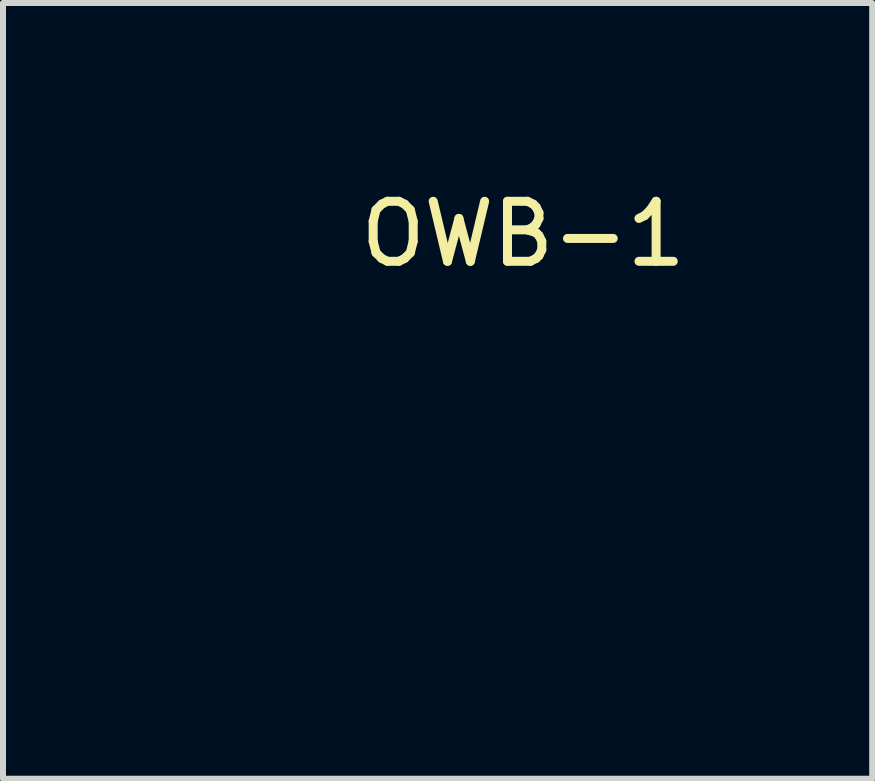
<source format=kicad_pcb>
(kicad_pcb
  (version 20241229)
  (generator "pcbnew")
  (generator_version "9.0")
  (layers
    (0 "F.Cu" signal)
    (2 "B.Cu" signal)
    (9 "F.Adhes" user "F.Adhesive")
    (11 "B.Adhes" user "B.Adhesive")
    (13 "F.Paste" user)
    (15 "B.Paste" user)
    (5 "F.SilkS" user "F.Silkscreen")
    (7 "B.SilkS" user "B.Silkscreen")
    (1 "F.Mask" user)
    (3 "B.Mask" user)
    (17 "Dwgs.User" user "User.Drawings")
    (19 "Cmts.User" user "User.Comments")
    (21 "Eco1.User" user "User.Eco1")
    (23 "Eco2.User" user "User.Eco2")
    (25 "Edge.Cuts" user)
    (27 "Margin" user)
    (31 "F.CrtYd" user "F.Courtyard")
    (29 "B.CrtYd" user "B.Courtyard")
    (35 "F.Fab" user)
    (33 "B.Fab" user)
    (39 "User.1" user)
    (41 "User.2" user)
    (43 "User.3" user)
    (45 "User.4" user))
  (footprint "OWB-1"
    (layer "F.Cu")
    (at 1.559 3.621)
    (property "Reference" "OWB-1" (at 4.109 -2.772 0) (unlocked yes) (layer "F.SilkS") (effects (font (size 1 1) (thickness 0.15))))
    (attr smd)
    (fp_line (start -1.558 -3.106) (end 1.502 -3.106) (stroke (width 0.00001) (type solid)) (layer "F.Fab"))
    (fp_line (start -1.558 -2.352) (end -1.558 -3.106) (stroke (width 0.00001) (type solid)) (layer "F.Fab"))
    (fp_line (start -1.558 3.305) (end -1.558 -2.352) (stroke (width 0.00001) (type solid)) (layer "F.Fab"))
    (fp_line (start -1.458 -2.668) (end -1.373 -2.668) (stroke (width 0.00001) (type solid)) (layer "F.Fab"))
    (fp_line (start -1.458 -2.583) (end -1.458 -2.668) (stroke (width 0.00001) (type solid)) (layer "F.Fab"))
    (fp_line (start -1.458 -2.518) (end -1.373 -2.518) (stroke (width 0.00001) (type solid)) (layer "F.Fab"))
    (fp_line (start -1.458 -2.433) (end -1.458 -2.518) (stroke (width 0.00001) (type solid)) (layer "F.Fab"))
    (fp_line (start -1.458 -2.368) (end -1.373 -2.368) (stroke (width 0.00001) (type solid)) (layer "F.Fab"))
    (fp_line (start -1.458 -2.283) (end -1.458 -2.368) (stroke (width 0.00001) (type solid)) (layer "F.Fab"))
    (fp_line (start -1.458 -2.218) (end -1.373 -2.218) (stroke (width 0.00001) (type solid)) (layer "F.Fab"))
    (fp_line (start -1.458 -2.133) (end -1.458 -2.218) (stroke (width 0.00001) (type solid)) (layer "F.Fab"))
    (fp_line (start -1.458 -2.068) (end -1.373 -2.068) (stroke (width 0.00001) (type solid)) (layer "F.Fab"))
    (fp_line (start -1.458 -1.983) (end -1.458 -2.068) (stroke (width 0.00001) (type solid)) (layer "F.Fab"))
    (fp_line (start -1.458 -1.918) (end -1.373 -1.918) (stroke (width 0.00001) (type solid)) (layer "F.Fab"))
    (fp_line (start -1.458 -1.833) (end -1.458 -1.918) (stroke (width 0.00001) (type solid)) (layer "F.Fab"))
    (fp_line (start -1.458 -1.768) (end -1.373 -1.768) (stroke (width 0.00001) (type solid)) (layer "F.Fab"))
    (fp_line (start -1.458 -1.683) (end -1.458 -1.768) (stroke (width 0.00001) (type solid)) (layer "F.Fab"))
    (fp_line (start -1.458 -1.618) (end -1.373 -1.618) (stroke (width 0.00001) (type solid)) (layer "F.Fab"))
    (fp_line (start -1.458 -1.533) (end -1.458 -1.618) (stroke (width 0.00001) (type solid)) (layer "F.Fab"))
    (fp_line (start -1.458 -1.468) (end -1.373 -1.468) (stroke (width 0.00001) (type solid)) (layer "F.Fab"))
    (fp_line (start -1.458 -1.383) (end -1.458 -1.468) (stroke (width 0.00001) (type solid)) (layer "F.Fab"))
    (fp_line (start -1.458 -1.318) (end -1.373 -1.318) (stroke (width 0.00001) (type solid)) (layer "F.Fab"))
    (fp_line (start -1.458 -1.233) (end -1.458 -1.318) (stroke (width 0.00001) (type solid)) (layer "F.Fab"))
    (fp_line (start -1.458 -1.168) (end -1.373 -1.168) (stroke (width 0.00001) (type solid)) (layer "F.Fab"))
    (fp_line (start -1.458 -1.083) (end -1.458 -1.168) (stroke (width 0.00001) (type solid)) (layer "F.Fab"))
    (fp_line (start -1.458 -1.018) (end -1.373 -1.018) (stroke (width 0.00001) (type solid)) (layer "F.Fab"))
    (fp_line (start -1.458 -0.933) (end -1.458 -1.018) (stroke (width 0.00001) (type solid)) (layer "F.Fab"))
    (fp_line (start -1.458 -0.868) (end -1.373 -0.868) (stroke (width 0.00001) (type solid)) (layer "F.Fab"))
    (fp_line (start -1.458 -0.783) (end -1.458 -0.868) (stroke (width 0.00001) (type solid)) (layer "F.Fab"))
    (fp_line (start -1.458 -0.718) (end -1.373 -0.718) (stroke (width 0.00001) (type solid)) (layer "F.Fab"))
    (fp_line (start -1.458 -0.633) (end -1.458 -0.718) (stroke (width 0.00001) (type solid)) (layer "F.Fab"))
    (fp_line (start -1.458 -0.568) (end -1.373 -0.568) (stroke (width 0.00001) (type solid)) (layer "F.Fab"))
    (fp_line (start -1.458 -0.483) (end -1.458 -0.568) (stroke (width 0.00001) (type solid)) (layer "F.Fab"))
    (fp_line (start -1.458 -0.418) (end -1.373 -0.418) (stroke (width 0.00001) (type solid)) (layer "F.Fab"))
    (fp_line (start -1.458 -0.333) (end -1.458 -0.418) (stroke (width 0.00001) (type solid)) (layer "F.Fab"))
    (fp_line (start -1.458 -0.268) (end -1.373 -0.268) (stroke (width 0.00001) (type solid)) (layer "F.Fab"))
    (fp_line (start -1.458 -0.183) (end -1.458 -0.268) (stroke (width 0.00001) (type solid)) (layer "F.Fab"))
    (fp_line (start -1.458 -0.118) (end -1.373 -0.118) (stroke (width 0.00001) (type solid)) (layer "F.Fab"))
    (fp_line (start -1.458 -0.033) (end -1.458 -0.118) (stroke (width 0.00001) (type solid)) (layer "F.Fab"))
    (fp_line (start -1.458 0.032) (end -1.373 0.032) (stroke (width 0.00001) (type solid)) (layer "F.Fab"))
    (fp_line (start -1.458 0.117) (end -1.458 0.032) (stroke (width 0.00001) (type solid)) (layer "F.Fab"))
    (fp_line (start -1.458 0.182) (end -1.373 0.182) (stroke (width 0.00001) (type solid)) (layer "F.Fab"))
    (fp_line (start -1.458 0.267) (end -1.458 0.182) (stroke (width 0.00001) (type solid)) (layer "F.Fab"))
    (fp_line (start -1.458 0.332) (end -1.373 0.332) (stroke (width 0.00001) (type solid)) (layer "F.Fab"))
    (fp_line (start -1.458 0.417) (end -1.458 0.332) (stroke (width 0.00001) (type solid)) (layer "F.Fab"))
    (fp_line (start -1.458 0.482) (end -1.373 0.482) (stroke (width 0.00001) (type solid)) (layer "F.Fab"))
    (fp_line (start -1.458 0.567) (end -1.458 0.482) (stroke (width 0.00001) (type solid)) (layer "F.Fab"))
    (fp_line (start -1.458 0.632) (end -1.373 0.632) (stroke (width 0.00001) (type solid)) (layer "F.Fab"))
    (fp_line (start -1.458 0.717) (end -1.458 0.632) (stroke (width 0.00001) (type solid)) (layer "F.Fab"))
    (fp_line (start -1.458 0.782) (end -1.373 0.782) (stroke (width 0.00001) (type solid)) (layer "F.Fab"))
    (fp_line (start -1.458 0.867) (end -1.458 0.782) (stroke (width 0.00001) (type solid)) (layer "F.Fab"))
    (fp_line (start -1.458 0.932) (end -1.373 0.932) (stroke (width 0.00001) (type solid)) (layer "F.Fab"))
    (fp_line (start -1.458 1.017) (end -1.458 0.932) (stroke (width 0.00001) (type solid)) (layer "F.Fab"))
    (fp_line (start -1.458 1.082) (end -1.373 1.082) (stroke (width 0.00001) (type solid)) (layer "F.Fab"))
    (fp_line (start -1.458 1.167) (end -1.458 1.082) (stroke (width 0.00001) (type solid)) (layer "F.Fab"))
    (fp_line (start -1.458 1.232) (end -1.373 1.232) (stroke (width 0.00001) (type solid)) (layer "F.Fab"))
    (fp_line (start -1.458 1.317) (end -1.458 1.232) (stroke (width 0.00001) (type solid)) (layer "F.Fab"))
    (fp_line (start -1.458 1.382) (end -1.373 1.382) (stroke (width 0.00001) (type solid)) (layer "F.Fab"))
    (fp_line (start -1.458 1.467) (end -1.458 1.382) (stroke (width 0.00001) (type solid)) (layer "F.Fab"))
    (fp_line (start -1.458 1.532) (end -1.373 1.532) (stroke (width 0.00001) (type solid)) (layer "F.Fab"))
    (fp_line (start -1.458 1.617) (end -1.458 1.532) (stroke (width 0.00001) (type solid)) (layer "F.Fab"))
    (fp_line (start -1.458 1.682) (end -1.373 1.682) (stroke (width 0.00001) (type solid)) (layer "F.Fab"))
    (fp_line (start -1.458 1.767) (end -1.458 1.682) (stroke (width 0.00001) (type solid)) (layer "F.Fab"))
    (fp_line (start -1.458 1.832) (end -1.373 1.832) (stroke (width 0.00001) (type solid)) (layer "F.Fab"))
    (fp_line (start -1.458 1.917) (end -1.458 1.832) (stroke (width 0.00001) (type solid)) (layer "F.Fab"))
    (fp_line (start -1.458 1.982) (end -1.373 1.982) (stroke (width 0.00001) (type solid)) (layer "F.Fab"))
    (fp_line (start -1.458 2.067) (end -1.458 1.982) (stroke (width 0.00001) (type solid)) (layer "F.Fab"))
    (fp_line (start -1.458 2.132) (end -1.373 2.132) (stroke (width 0.00001) (type solid)) (layer "F.Fab"))
    (fp_line (start -1.458 2.217) (end -1.458 2.132) (stroke (width 0.00001) (type solid)) (layer "F.Fab"))
    (fp_line (start -1.458 2.282) (end -1.373 2.282) (stroke (width 0.00001) (type solid)) (layer "F.Fab"))
    (fp_line (start -1.458 2.367) (end -1.458 2.282) (stroke (width 0.00001) (type solid)) (layer "F.Fab"))
    (fp_line (start -1.458 2.432) (end -1.373 2.432) (stroke (width 0.00001) (type solid)) (layer "F.Fab"))
    (fp_line (start -1.458 2.517) (end -1.458 2.432) (stroke (width 0.00001) (type solid)) (layer "F.Fab"))
    (fp_line (start -1.458 2.582) (end -1.373 2.582) (stroke (width 0.00001) (type solid)) (layer "F.Fab"))
    (fp_line (start -1.458 2.667) (end -1.458 2.582) (stroke (width 0.00001) (type solid)) (layer "F.Fab"))
    (fp_line (start -1.458 2.732) (end -1.373 2.732) (stroke (width 0.00001) (type solid)) (layer "F.Fab"))
    (fp_line (start -1.458 2.817) (end -1.458 2.732) (stroke (width 0.00001) (type solid)) (layer "F.Fab"))
    (fp_line (start -1.373 -2.668) (end -1.373 -2.583) (stroke (width 0.00001) (type solid)) (layer "F.Fab"))
    (fp_line (start -1.373 -2.583) (end -1.458 -2.583) (stroke (width 0.00001) (type solid)) (layer "F.Fab"))
    (fp_line (start -1.373 -2.518) (end -1.373 -2.433) (stroke (width 0.00001) (type solid)) (layer "F.Fab"))
    (fp_line (start -1.373 -2.433) (end -1.458 -2.433) (stroke (width 0.00001) (type solid)) (layer "F.Fab"))
    (fp_line (start -1.373 -2.368) (end -1.373 -2.283) (stroke (width 0.00001) (type solid)) (layer "F.Fab"))
    (fp_line (start -1.373 -2.283) (end -1.458 -2.283) (stroke (width 0.00001) (type solid)) (layer "F.Fab"))
    (fp_line (start -1.373 -2.218) (end -1.373 -2.133) (stroke (width 0.00001) (type solid)) (layer "F.Fab"))
    (fp_line (start -1.373 -2.133) (end -1.458 -2.133) (stroke (width 0.00001) (type solid)) (layer "F.Fab"))
    (fp_line (start -1.373 -2.068) (end -1.373 -1.983) (stroke (width 0.00001) (type solid)) (layer "F.Fab"))
    (fp_line (start -1.373 -1.983) (end -1.458 -1.983) (stroke (width 0.00001) (type solid)) (layer "F.Fab"))
    (fp_line (start -1.373 -1.918) (end -1.373 -1.833) (stroke (width 0.00001) (type solid)) (layer "F.Fab"))
    (fp_line (start -1.373 -1.833) (end -1.458 -1.833) (stroke (width 0.00001) (type solid)) (layer "F.Fab"))
    (fp_line (start -1.373 -1.768) (end -1.373 -1.683) (stroke (width 0.00001) (type solid)) (layer "F.Fab"))
    (fp_line (start -1.373 -1.683) (end -1.458 -1.683) (stroke (width 0.00001) (type solid)) (layer "F.Fab"))
    (fp_line (start -1.373 -1.618) (end -1.373 -1.533) (stroke (width 0.00001) (type solid)) (layer "F.Fab"))
    (fp_line (start -1.373 -1.533) (end -1.458 -1.533) (stroke (width 0.00001) (type solid)) (layer "F.Fab"))
    (fp_line (start -1.373 -1.468) (end -1.373 -1.383) (stroke (width 0.00001) (type solid)) (layer "F.Fab"))
    (fp_line (start -1.373 -1.383) (end -1.458 -1.383) (stroke (width 0.00001) (type solid)) (layer "F.Fab"))
    (fp_line (start -1.373 -1.318) (end -1.373 -1.233) (stroke (width 0.00001) (type solid)) (layer "F.Fab"))
    (fp_line (start -1.373 -1.233) (end -1.458 -1.233) (stroke (width 0.00001) (type solid)) (layer "F.Fab"))
    (fp_line (start -1.373 -1.168) (end -1.373 -1.083) (stroke (width 0.00001) (type solid)) (layer "F.Fab"))
    (fp_line (start -1.373 -1.083) (end -1.458 -1.083) (stroke (width 0.00001) (type solid)) (layer "F.Fab"))
    (fp_line (start -1.373 -1.018) (end -1.373 -0.933) (stroke (width 0.00001) (type solid)) (layer "F.Fab"))
    (fp_line (start -1.373 -0.933) (end -1.458 -0.933) (stroke (width 0.00001) (type solid)) (layer "F.Fab"))
    (fp_line (start -1.373 -0.868) (end -1.373 -0.783) (stroke (width 0.00001) (type solid)) (layer "F.Fab"))
    (fp_line (start -1.373 -0.783) (end -1.458 -0.783) (stroke (width 0.00001) (type solid)) (layer "F.Fab"))
    (fp_line (start -1.373 -0.718) (end -1.373 -0.633) (stroke (width 0.00001) (type solid)) (layer "F.Fab"))
    (fp_line (start -1.373 -0.633) (end -1.458 -0.633) (stroke (width 0.00001) (type solid)) (layer "F.Fab"))
    (fp_line (start -1.373 -0.568) (end -1.373 -0.483) (stroke (width 0.00001) (type solid)) (layer "F.Fab"))
    (fp_line (start -1.373 -0.483) (end -1.458 -0.483) (stroke (width 0.00001) (type solid)) (layer "F.Fab"))
    (fp_line (start -1.373 -0.418) (end -1.373 -0.333) (stroke (width 0.00001) (type solid)) (layer "F.Fab"))
    (fp_line (start -1.373 -0.333) (end -1.458 -0.333) (stroke (width 0.00001) (type solid)) (layer "F.Fab"))
    (fp_line (start -1.373 -0.268) (end -1.373 -0.183) (stroke (width 0.00001) (type solid)) (layer "F.Fab"))
    (fp_line (start -1.373 -0.183) (end -1.458 -0.183) (stroke (width 0.00001) (type solid)) (layer "F.Fab"))
    (fp_line (start -1.373 -0.118) (end -1.373 -0.033) (stroke (width 0.00001) (type solid)) (layer "F.Fab"))
    (fp_line (start -1.373 -0.033) (end -1.458 -0.033) (stroke (width 0.00001) (type solid)) (layer "F.Fab"))
    (fp_line (start -1.373 0.032) (end -1.373 0.117) (stroke (width 0.00001) (type solid)) (layer "F.Fab"))
    (fp_line (start -1.373 0.117) (end -1.458 0.117) (stroke (width 0.00001) (type solid)) (layer "F.Fab"))
    (fp_line (start -1.373 0.182) (end -1.373 0.267) (stroke (width 0.00001) (type solid)) (layer "F.Fab"))
    (fp_line (start -1.373 0.267) (end -1.458 0.267) (stroke (width 0.00001) (type solid)) (layer "F.Fab"))
    (fp_line (start -1.373 0.332) (end -1.373 0.417) (stroke (width 0.00001) (type solid)) (layer "F.Fab"))
    (fp_line (start -1.373 0.417) (end -1.458 0.417) (stroke (width 0.00001) (type solid)) (layer "F.Fab"))
    (fp_line (start -1.373 0.482) (end -1.373 0.567) (stroke (width 0.00001) (type solid)) (layer "F.Fab"))
    (fp_line (start -1.373 0.567) (end -1.458 0.567) (stroke (width 0.00001) (type solid)) (layer "F.Fab"))
    (fp_line (start -1.373 0.632) (end -1.373 0.717) (stroke (width 0.00001) (type solid)) (layer "F.Fab"))
    (fp_line (start -1.373 0.717) (end -1.458 0.717) (stroke (width 0.00001) (type solid)) (layer "F.Fab"))
    (fp_line (start -1.373 0.782) (end -1.373 0.867) (stroke (width 0.00001) (type solid)) (layer "F.Fab"))
    (fp_line (start -1.373 0.867) (end -1.458 0.867) (stroke (width 0.00001) (type solid)) (layer "F.Fab"))
    (fp_line (start -1.373 0.932) (end -1.373 1.017) (stroke (width 0.00001) (type solid)) (layer "F.Fab"))
    (fp_line (start -1.373 1.017) (end -1.458 1.017) (stroke (width 0.00001) (type solid)) (layer "F.Fab"))
    (fp_line (start -1.373 1.082) (end -1.373 1.167) (stroke (width 0.00001) (type solid)) (layer "F.Fab"))
    (fp_line (start -1.373 1.167) (end -1.458 1.167) (stroke (width 0.00001) (type solid)) (layer "F.Fab"))
    (fp_line (start -1.373 1.232) (end -1.373 1.317) (stroke (width 0.00001) (type solid)) (layer "F.Fab"))
    (fp_line (start -1.373 1.317) (end -1.458 1.317) (stroke (width 0.00001) (type solid)) (layer "F.Fab"))
    (fp_line (start -1.373 1.382) (end -1.373 1.467) (stroke (width 0.00001) (type solid)) (layer "F.Fab"))
    (fp_line (start -1.373 1.467) (end -1.458 1.467) (stroke (width 0.00001) (type solid)) (layer "F.Fab"))
    (fp_line (start -1.373 1.532) (end -1.373 1.617) (stroke (width 0.00001) (type solid)) (layer "F.Fab"))
    (fp_line (start -1.373 1.617) (end -1.458 1.617) (stroke (width 0.00001) (type solid)) (layer "F.Fab"))
    (fp_line (start -1.373 1.682) (end -1.373 1.767) (stroke (width 0.00001) (type solid)) (layer "F.Fab"))
    (fp_line (start -1.373 1.767) (end -1.458 1.767) (stroke (width 0.00001) (type solid)) (layer "F.Fab"))
    (fp_line (start -1.373 1.832) (end -1.373 1.917) (stroke (width 0.00001) (type solid)) (layer "F.Fab"))
    (fp_line (start -1.373 1.917) (end -1.458 1.917) (stroke (width 0.00001) (type solid)) (layer "F.Fab"))
    (fp_line (start -1.373 1.982) (end -1.373 2.067) (stroke (width 0.00001) (type solid)) (layer "F.Fab"))
    (fp_line (start -1.373 2.067) (end -1.458 2.067) (stroke (width 0.00001) (type solid)) (layer "F.Fab"))
    (fp_line (start -1.373 2.132) (end -1.373 2.217) (stroke (width 0.00001) (type solid)) (layer "F.Fab"))
    (fp_line (start -1.373 2.217) (end -1.458 2.217) (stroke (width 0.00001) (type solid)) (layer "F.Fab"))
    (fp_line (start -1.373 2.282) (end -1.373 2.367) (stroke (width 0.00001) (type solid)) (layer "F.Fab"))
    (fp_line (start -1.373 2.367) (end -1.458 2.367) (stroke (width 0.00001) (type solid)) (layer "F.Fab"))
    (fp_line (start -1.373 2.432) (end -1.373 2.517) (stroke (width 0.00001) (type solid)) (layer "F.Fab"))
    (fp_line (start -1.373 2.517) (end -1.458 2.517) (stroke (width 0.00001) (type solid)) (layer "F.Fab"))
    (fp_line (start -1.373 2.582) (end -1.373 2.667) (stroke (width 0.00001) (type solid)) (layer "F.Fab"))
    (fp_line (start -1.373 2.667) (end -1.458 2.667) (stroke (width 0.00001) (type solid)) (layer "F.Fab"))
    (fp_line (start -1.373 2.732) (end -1.373 2.817) (stroke (width 0.00001) (type solid)) (layer "F.Fab"))
    (fp_line (start -1.373 2.817) (end -1.458 2.817) (stroke (width 0.00001) (type solid)) (layer "F.Fab"))
    (fp_line (start -1.121 -3.006) (end -1.036 -3.006) (stroke (width 0.00001) (type solid)) (layer "F.Fab"))
    (fp_line (start -1.121 -2.921) (end -1.121 -3.006) (stroke (width 0.00001) (type solid)) (layer "F.Fab"))
    (fp_line (start -1.121 3.119) (end -1.036 3.119) (stroke (width 0.00001) (type solid)) (layer "F.Fab"))
    (fp_line (start -1.121 3.204) (end -1.121 3.119) (stroke (width 0.00001) (type solid)) (layer "F.Fab"))
    (fp_line (start -1.036 -3.006) (end -1.036 -2.921) (stroke (width 0.00001) (type solid)) (layer "F.Fab"))
    (fp_line (start -1.036 -2.921) (end -1.121 -2.921) (stroke (width 0.00001) (type solid)) (layer "F.Fab"))
    (fp_line (start -1.036 3.119) (end -1.036 3.204) (stroke (width 0.00001) (type solid)) (layer "F.Fab"))
    (fp_line (start -1.036 3.204) (end -1.121 3.204) (stroke (width 0.00001) (type solid)) (layer "F.Fab"))
    (fp_line (start -0.971 -3.006) (end -0.885 -3.006) (stroke (width 0.00001) (type solid)) (layer "F.Fab"))
    (fp_line (start -0.971 -2.921) (end -0.971 -3.006) (stroke (width 0.00001) (type solid)) (layer "F.Fab"))
    (fp_line (start -0.971 3.119) (end -0.885 3.119) (stroke (width 0.00001) (type solid)) (layer "F.Fab"))
    (fp_line (start -0.971 3.204) (end -0.971 3.119) (stroke (width 0.00001) (type solid)) (layer "F.Fab"))
    (fp_line (start -0.885 -3.006) (end -0.885 -2.921) (stroke (width 0.00001) (type solid)) (layer "F.Fab"))
    (fp_line (start -0.885 -2.921) (end -0.971 -2.921) (stroke (width 0.00001) (type solid)) (layer "F.Fab"))
    (fp_line (start -0.885 3.119) (end -0.885 3.204) (stroke (width 0.00001) (type solid)) (layer "F.Fab"))
    (fp_line (start -0.885 3.204) (end -0.971 3.204) (stroke (width 0.00001) (type solid)) (layer "F.Fab"))
    (fp_line (start -0.821 -3.006) (end -0.736 -3.006) (stroke (width 0.00001) (type solid)) (layer "F.Fab"))
    (fp_line (start -0.821 -2.921) (end -0.821 -3.006) (stroke (width 0.00001) (type solid)) (layer "F.Fab"))
    (fp_line (start -0.821 3.119) (end -0.736 3.119) (stroke (width 0.00001) (type solid)) (layer "F.Fab"))
    (fp_line (start -0.821 3.204) (end -0.821 3.119) (stroke (width 0.00001) (type solid)) (layer "F.Fab"))
    (fp_line (start -0.736 -3.006) (end -0.736 -2.921) (stroke (width 0.00001) (type solid)) (layer "F.Fab"))
    (fp_line (start -0.736 -2.921) (end -0.821 -2.921) (stroke (width 0.00001) (type solid)) (layer "F.Fab"))
    (fp_line (start -0.736 3.119) (end -0.736 3.204) (stroke (width 0.00001) (type solid)) (layer "F.Fab"))
    (fp_line (start -0.736 3.204) (end -0.821 3.204) (stroke (width 0.00001) (type solid)) (layer "F.Fab"))
    (fp_line (start -0.67 -3.006) (end -0.586 -3.006) (stroke (width 0.00001) (type solid)) (layer "F.Fab"))
    (fp_line (start -0.67 -2.921) (end -0.67 -3.006) (stroke (width 0.00001) (type solid)) (layer "F.Fab"))
    (fp_line (start -0.67 3.119) (end -0.586 3.119) (stroke (width 0.00001) (type solid)) (layer "F.Fab"))
    (fp_line (start -0.67 3.204) (end -0.67 3.119) (stroke (width 0.00001) (type solid)) (layer "F.Fab"))
    (fp_line (start -0.586 -3.006) (end -0.586 -2.921) (stroke (width 0.00001) (type solid)) (layer "F.Fab"))
    (fp_line (start -0.586 -2.921) (end -0.67 -2.921) (stroke (width 0.00001) (type solid)) (layer "F.Fab"))
    (fp_line (start -0.586 3.119) (end -0.586 3.204) (stroke (width 0.00001) (type solid)) (layer "F.Fab"))
    (fp_line (start -0.586 3.204) (end -0.67 3.204) (stroke (width 0.00001) (type solid)) (layer "F.Fab"))
    (fp_line (start -0.52 -3.006) (end -0.435 -3.006) (stroke (width 0.00001) (type solid)) (layer "F.Fab"))
    (fp_line (start -0.52 -2.921) (end -0.52 -3.006) (stroke (width 0.00001) (type solid)) (layer "F.Fab"))
    (fp_line (start -0.52 3.119) (end -0.435 3.119) (stroke (width 0.00001) (type solid)) (layer "F.Fab"))
    (fp_line (start -0.52 3.204) (end -0.52 3.119) (stroke (width 0.00001) (type solid)) (layer "F.Fab"))
    (fp_line (start -0.435 -3.006) (end -0.435 -2.921) (stroke (width 0.00001) (type solid)) (layer "F.Fab"))
    (fp_line (start -0.435 -2.921) (end -0.52 -2.921) (stroke (width 0.00001) (type solid)) (layer "F.Fab"))
    (fp_line (start -0.435 3.119) (end -0.435 3.204) (stroke (width 0.00001) (type solid)) (layer "F.Fab"))
    (fp_line (start -0.435 3.204) (end -0.52 3.204) (stroke (width 0.00001) (type solid)) (layer "F.Fab"))
    (fp_line (start -0.37 -3.006) (end -0.285 -3.006) (stroke (width 0.00001) (type solid)) (layer "F.Fab"))
    (fp_line (start -0.37 -2.921) (end -0.37 -3.006) (stroke (width 0.00001) (type solid)) (layer "F.Fab"))
    (fp_line (start -0.37 3.119) (end -0.285 3.119) (stroke (width 0.00001) (type solid)) (layer "F.Fab"))
    (fp_line (start -0.37 3.204) (end -0.37 3.119) (stroke (width 0.00001) (type solid)) (layer "F.Fab"))
    (fp_line (start -0.285 -3.006) (end -0.285 -2.921) (stroke (width 0.00001) (type solid)) (layer "F.Fab"))
    (fp_line (start -0.285 -2.921) (end -0.37 -2.921) (stroke (width 0.00001) (type solid)) (layer "F.Fab"))
    (fp_line (start -0.285 3.119) (end -0.285 3.204) (stroke (width 0.00001) (type solid)) (layer "F.Fab"))
    (fp_line (start -0.285 3.204) (end -0.37 3.204) (stroke (width 0.00001) (type solid)) (layer "F.Fab"))
    (fp_line (start -0.221 -3.006) (end -0.136 -3.006) (stroke (width 0.00001) (type solid)) (layer "F.Fab"))
    (fp_line (start -0.221 -2.921) (end -0.221 -3.006) (stroke (width 0.00001) (type solid)) (layer "F.Fab"))
    (fp_line (start -0.221 3.119) (end -0.136 3.119) (stroke (width 0.00001) (type solid)) (layer "F.Fab"))
    (fp_line (start -0.221 3.204) (end -0.221 3.119) (stroke (width 0.00001) (type solid)) (layer "F.Fab"))
    (fp_line (start -0.136 -3.006) (end -0.136 -2.921) (stroke (width 0.00001) (type solid)) (layer "F.Fab"))
    (fp_line (start -0.136 -2.921) (end -0.221 -2.921) (stroke (width 0.00001) (type solid)) (layer "F.Fab"))
    (fp_line (start -0.136 3.119) (end -0.136 3.204) (stroke (width 0.00001) (type solid)) (layer "F.Fab"))
    (fp_line (start -0.136 3.204) (end -0.221 3.204) (stroke (width 0.00001) (type solid)) (layer "F.Fab"))
    (fp_line (start -0.07 -3.006) (end 0.015 -3.006) (stroke (width 0.00001) (type solid)) (layer "F.Fab"))
    (fp_line (start -0.07 -2.921) (end -0.07 -3.006) (stroke (width 0.00001) (type solid)) (layer "F.Fab"))
    (fp_line (start -0.07 3.119) (end 0.015 3.119) (stroke (width 0.00001) (type solid)) (layer "F.Fab"))
    (fp_line (start -0.07 3.204) (end -0.07 3.119) (stroke (width 0.00001) (type solid)) (layer "F.Fab"))
    (fp_line (start 0.015 -3.006) (end 0.015 -2.921) (stroke (width 0.00001) (type solid)) (layer "F.Fab"))
    (fp_line (start 0.015 -2.921) (end -0.07 -2.921) (stroke (width 0.00001) (type solid)) (layer "F.Fab"))
    (fp_line (start 0.015 3.119) (end 0.015 3.204) (stroke (width 0.00001) (type solid)) (layer "F.Fab"))
    (fp_line (start 0.015 3.204) (end -0.07 3.204) (stroke (width 0.00001) (type solid)) (layer "F.Fab"))
    (fp_line (start 0.08 -3.006) (end 0.165 -3.006) (stroke (width 0.00001) (type solid)) (layer "F.Fab"))
    (fp_line (start 0.08 -2.921) (end 0.08 -3.006) (stroke (width 0.00001) (type solid)) (layer "F.Fab"))
    (fp_line (start 0.08 3.119) (end 0.165 3.119) (stroke (width 0.00001) (type solid)) (layer "F.Fab"))
    (fp_line (start 0.08 3.204) (end 0.08 3.119) (stroke (width 0.00001) (type solid)) (layer "F.Fab"))
    (fp_line (start 0.165 -3.006) (end 0.165 -2.921) (stroke (width 0.00001) (type solid)) (layer "F.Fab"))
    (fp_line (start 0.165 -2.921) (end 0.08 -2.921) (stroke (width 0.00001) (type solid)) (layer "F.Fab"))
    (fp_line (start 0.165 3.119) (end 0.165 3.204) (stroke (width 0.00001) (type solid)) (layer "F.Fab"))
    (fp_line (start 0.165 3.204) (end 0.08 3.204) (stroke (width 0.00001) (type solid)) (layer "F.Fab"))
    (fp_line (start 0.23 -3.006) (end 0.315 -3.006) (stroke (width 0.00001) (type solid)) (layer "F.Fab"))
    (fp_line (start 0.23 -2.921) (end 0.23 -3.006) (stroke (width 0.00001) (type solid)) (layer "F.Fab"))
    (fp_line (start 0.23 3.119) (end 0.315 3.119) (stroke (width 0.00001) (type solid)) (layer "F.Fab"))
    (fp_line (start 0.23 3.204) (end 0.23 3.119) (stroke (width 0.00001) (type solid)) (layer "F.Fab"))
    (fp_line (start 0.315 -3.006) (end 0.315 -2.921) (stroke (width 0.00001) (type solid)) (layer "F.Fab"))
    (fp_line (start 0.315 -2.921) (end 0.23 -2.921) (stroke (width 0.00001) (type solid)) (layer "F.Fab"))
    (fp_line (start 0.315 3.119) (end 0.315 3.204) (stroke (width 0.00001) (type solid)) (layer "F.Fab"))
    (fp_line (start 0.315 3.204) (end 0.23 3.204) (stroke (width 0.00001) (type solid)) (layer "F.Fab"))
    (fp_line (start 0.38 -3.006) (end 0.465 -3.006) (stroke (width 0.00001) (type solid)) (layer "F.Fab"))
    (fp_line (start 0.38 -2.921) (end 0.38 -3.006) (stroke (width 0.00001) (type solid)) (layer "F.Fab"))
    (fp_line (start 0.38 3.119) (end 0.465 3.119) (stroke (width 0.00001) (type solid)) (layer "F.Fab"))
    (fp_line (start 0.38 3.204) (end 0.38 3.119) (stroke (width 0.00001) (type solid)) (layer "F.Fab"))
    (fp_line (start 0.465 -3.006) (end 0.465 -2.921) (stroke (width 0.00001) (type solid)) (layer "F.Fab"))
    (fp_line (start 0.465 -2.921) (end 0.38 -2.921) (stroke (width 0.00001) (type solid)) (layer "F.Fab"))
    (fp_line (start 0.465 3.119) (end 0.465 3.204) (stroke (width 0.00001) (type solid)) (layer "F.Fab"))
    (fp_line (start 0.465 3.204) (end 0.38 3.204) (stroke (width 0.00001) (type solid)) (layer "F.Fab"))
    (fp_line (start 0.529 -3.006) (end 0.615 -3.006) (stroke (width 0.00001) (type solid)) (layer "F.Fab"))
    (fp_line (start 0.529 -2.921) (end 0.529 -3.006) (stroke (width 0.00001) (type solid)) (layer "F.Fab"))
    (fp_line (start 0.529 3.119) (end 0.615 3.119) (stroke (width 0.00001) (type solid)) (layer "F.Fab"))
    (fp_line (start 0.529 3.204) (end 0.529 3.119) (stroke (width 0.00001) (type solid)) (layer "F.Fab"))
    (fp_line (start 0.615 -3.006) (end 0.615 -2.921) (stroke (width 0.00001) (type solid)) (layer "F.Fab"))
    (fp_line (start 0.615 -2.921) (end 0.529 -2.921) (stroke (width 0.00001) (type solid)) (layer "F.Fab"))
    (fp_line (start 0.615 3.119) (end 0.615 3.204) (stroke (width 0.00001) (type solid)) (layer "F.Fab"))
    (fp_line (start 0.615 3.204) (end 0.529 3.204) (stroke (width 0.00001) (type solid)) (layer "F.Fab"))
    (fp_line (start 0.679 -3.006) (end 0.764 -3.006) (stroke (width 0.00001) (type solid)) (layer "F.Fab"))
    (fp_line (start 0.679 -2.921) (end 0.679 -3.006) (stroke (width 0.00001) (type solid)) (layer "F.Fab"))
    (fp_line (start 0.679 3.119) (end 0.764 3.119) (stroke (width 0.00001) (type solid)) (layer "F.Fab"))
    (fp_line (start 0.679 3.204) (end 0.679 3.119) (stroke (width 0.00001) (type solid)) (layer "F.Fab"))
    (fp_line (start 0.764 -3.006) (end 0.764 -2.921) (stroke (width 0.00001) (type solid)) (layer "F.Fab"))
    (fp_line (start 0.764 -2.921) (end 0.679 -2.921) (stroke (width 0.00001) (type solid)) (layer "F.Fab"))
    (fp_line (start 0.764 3.119) (end 0.764 3.204) (stroke (width 0.00001) (type solid)) (layer "F.Fab"))
    (fp_line (start 0.764 3.204) (end 0.679 3.204) (stroke (width 0.00001) (type solid)) (layer "F.Fab"))
    (fp_line (start 0.83 -3.006) (end 0.914 -3.006) (stroke (width 0.00001) (type solid)) (layer "F.Fab"))
    (fp_line (start 0.83 -2.921) (end 0.83 -3.006) (stroke (width 0.00001) (type solid)) (layer "F.Fab"))
    (fp_line (start 0.83 3.119) (end 0.914 3.119) (stroke (width 0.00001) (type solid)) (layer "F.Fab"))
    (fp_line (start 0.83 3.204) (end 0.83 3.119) (stroke (width 0.00001) (type solid)) (layer "F.Fab"))
    (fp_line (start 0.914 -3.006) (end 0.914 -2.921) (stroke (width 0.00001) (type solid)) (layer "F.Fab"))
    (fp_line (start 0.914 -2.921) (end 0.83 -2.921) (stroke (width 0.00001) (type solid)) (layer "F.Fab"))
    (fp_line (start 0.914 3.119) (end 0.914 3.204) (stroke (width 0.00001) (type solid)) (layer "F.Fab"))
    (fp_line (start 0.914 3.204) (end 0.83 3.204) (stroke (width 0.00001) (type solid)) (layer "F.Fab"))
    (fp_line (start 0.98 -3.006) (end 1.065 -3.006) (stroke (width 0.00001) (type solid)) (layer "F.Fab"))
    (fp_line (start 0.98 -2.921) (end 0.98 -3.006) (stroke (width 0.00001) (type solid)) (layer "F.Fab"))
    (fp_line (start 1.065 -3.006) (end 1.065 -2.921) (stroke (width 0.00001) (type solid)) (layer "F.Fab"))
    (fp_line (start 1.065 -2.921) (end 0.98 -2.921) (stroke (width 0.00001) (type solid)) (layer "F.Fab"))
    (fp_line (start 1.317 -2.668) (end 1.402 -2.668) (stroke (width 0.00001) (type solid)) (layer "F.Fab"))
    (fp_line (start 1.317 -2.583) (end 1.317 -2.668) (stroke (width 0.00001) (type solid)) (layer "F.Fab"))
    (fp_line (start 1.317 -2.518) (end 1.402 -2.518) (stroke (width 0.00001) (type solid)) (layer "F.Fab"))
    (fp_line (start 1.317 -2.433) (end 1.317 -2.518) (stroke (width 0.00001) (type solid)) (layer "F.Fab"))
    (fp_line (start 1.317 -2.368) (end 1.402 -2.368) (stroke (width 0.00001) (type solid)) (layer "F.Fab"))
    (fp_line (start 1.317 -2.283) (end 1.317 -2.368) (stroke (width 0.00001) (type solid)) (layer "F.Fab"))
    (fp_line (start 1.317 -2.218) (end 1.402 -2.218) (stroke (width 0.00001) (type solid)) (layer "F.Fab"))
    (fp_line (start 1.317 -2.133) (end 1.317 -2.218) (stroke (width 0.00001) (type solid)) (layer "F.Fab"))
    (fp_line (start 1.317 -2.018) (end 1.402 -2.018) (stroke (width 0.00001) (type solid)) (layer "F.Fab"))
    (fp_line (start 1.317 -1.933) (end 1.317 -2.018) (stroke (width 0.00001) (type solid)) (layer "F.Fab"))
    (fp_line (start 1.317 -1.868) (end 1.402 -1.868) (stroke (width 0.00001) (type solid)) (layer "F.Fab"))
    (fp_line (start 1.317 -1.783) (end 1.317 -1.868) (stroke (width 0.00001) (type solid)) (layer "F.Fab"))
    (fp_line (start 1.317 -1.718) (end 1.402 -1.718) (stroke (width 0.00001) (type solid)) (layer "F.Fab"))
    (fp_line (start 1.317 -1.633) (end 1.317 -1.718) (stroke (width 0.00001) (type solid)) (layer "F.Fab"))
    (fp_line (start 1.317 -1.568) (end 1.402 -1.568) (stroke (width 0.00001) (type solid)) (layer "F.Fab"))
    (fp_line (start 1.317 -1.483) (end 1.317 -1.568) (stroke (width 0.00001) (type solid)) (layer "F.Fab"))
    (fp_line (start 1.317 -1.418) (end 1.402 -1.418) (stroke (width 0.00001) (type solid)) (layer "F.Fab"))
    (fp_line (start 1.317 -1.333) (end 1.317 -1.418) (stroke (width 0.00001) (type solid)) (layer "F.Fab"))
    (fp_line (start 1.317 -1.268) (end 1.402 -1.268) (stroke (width 0.00001) (type solid)) (layer "F.Fab"))
    (fp_line (start 1.317 -1.183) (end 1.317 -1.268) (stroke (width 0.00001) (type solid)) (layer "F.Fab"))
    (fp_line (start 1.317 -1.118) (end 1.402 -1.118) (stroke (width 0.00001) (type solid)) (layer "F.Fab"))
    (fp_line (start 1.317 -1.033) (end 1.317 -1.118) (stroke (width 0.00001) (type solid)) (layer "F.Fab"))
    (fp_line (start 1.317 -0.968) (end 1.402 -0.968) (stroke (width 0.00001) (type solid)) (layer "F.Fab"))
    (fp_line (start 1.317 -0.883) (end 1.317 -0.968) (stroke (width 0.00001) (type solid)) (layer "F.Fab"))
    (fp_line (start 1.317 -0.818) (end 1.402 -0.818) (stroke (width 0.00001) (type solid)) (layer "F.Fab"))
    (fp_line (start 1.317 -0.733) (end 1.317 -0.818) (stroke (width 0.00001) (type solid)) (layer "F.Fab"))
    (fp_line (start 1.317 -0.668) (end 1.402 -0.668) (stroke (width 0.00001) (type solid)) (layer "F.Fab"))
    (fp_line (start 1.317 -0.583) (end 1.317 -0.668) (stroke (width 0.00001) (type solid)) (layer "F.Fab"))
    (fp_line (start 1.317 -0.518) (end 1.402 -0.518) (stroke (width 0.00001) (type solid)) (layer "F.Fab"))
    (fp_line (start 1.317 -0.433) (end 1.317 -0.518) (stroke (width 0.00001) (type solid)) (layer "F.Fab"))
    (fp_line (start 1.317 -0.368) (end 1.402 -0.368) (stroke (width 0.00001) (type solid)) (layer "F.Fab"))
    (fp_line (start 1.317 -0.283) (end 1.317 -0.368) (stroke (width 0.00001) (type solid)) (layer "F.Fab"))
    (fp_line (start 1.317 -0.218) (end 1.402 -0.218) (stroke (width 0.00001) (type solid)) (layer "F.Fab"))
    (fp_line (start 1.317 -0.133) (end 1.317 -0.218) (stroke (width 0.00001) (type solid)) (layer "F.Fab"))
    (fp_line (start 1.317 -0.068) (end 1.402 -0.068) (stroke (width 0.00001) (type solid)) (layer "F.Fab"))
    (fp_line (start 1.317 0.017) (end 1.317 -0.068) (stroke (width 0.00001) (type solid)) (layer "F.Fab"))
    (fp_line (start 1.317 0.082) (end 1.402 0.082) (stroke (width 0.00001) (type solid)) (layer "F.Fab"))
    (fp_line (start 1.317 0.167) (end 1.317 0.082) (stroke (width 0.00001) (type solid)) (layer "F.Fab"))
    (fp_line (start 1.317 0.232) (end 1.402 0.232) (stroke (width 0.00001) (type solid)) (layer "F.Fab"))
    (fp_line (start 1.317 0.317) (end 1.317 0.232) (stroke (width 0.00001) (type solid)) (layer "F.Fab"))
    (fp_line (start 1.317 0.382) (end 1.402 0.382) (stroke (width 0.00001) (type solid)) (layer "F.Fab"))
    (fp_line (start 1.317 0.467) (end 1.317 0.382) (stroke (width 0.00001) (type solid)) (layer "F.Fab"))
    (fp_line (start 1.317 0.532) (end 1.402 0.532) (stroke (width 0.00001) (type solid)) (layer "F.Fab"))
    (fp_line (start 1.317 0.617) (end 1.317 0.532) (stroke (width 0.00001) (type solid)) (layer "F.Fab"))
    (fp_line (start 1.317 0.682) (end 1.402 0.682) (stroke (width 0.00001) (type solid)) (layer "F.Fab"))
    (fp_line (start 1.317 0.767) (end 1.317 0.682) (stroke (width 0.00001) (type solid)) (layer "F.Fab"))
    (fp_line (start 1.317 0.832) (end 1.402 0.832) (stroke (width 0.00001) (type solid)) (layer "F.Fab"))
    (fp_line (start 1.317 0.917) (end 1.317 0.832) (stroke (width 0.00001) (type solid)) (layer "F.Fab"))
    (fp_line (start 1.317 0.982) (end 1.402 0.982) (stroke (width 0.00001) (type solid)) (layer "F.Fab"))
    (fp_line (start 1.317 1.067) (end 1.317 0.982) (stroke (width 0.00001) (type solid)) (layer "F.Fab"))
    (fp_line (start 1.317 1.132) (end 1.402 1.132) (stroke (width 0.00001) (type solid)) (layer "F.Fab"))
    (fp_line (start 1.317 1.217) (end 1.317 1.132) (stroke (width 0.00001) (type solid)) (layer "F.Fab"))
    (fp_line (start 1.317 1.282) (end 1.402 1.282) (stroke (width 0.00001) (type solid)) (layer "F.Fab"))
    (fp_line (start 1.317 1.367) (end 1.317 1.282) (stroke (width 0.00001) (type solid)) (layer "F.Fab"))
    (fp_line (start 1.317 1.432) (end 1.402 1.432) (stroke (width 0.00001) (type solid)) (layer "F.Fab"))
    (fp_line (start 1.317 1.517) (end 1.317 1.432) (stroke (width 0.00001) (type solid)) (layer "F.Fab"))
    (fp_line (start 1.317 1.582) (end 1.402 1.582) (stroke (width 0.00001) (type solid)) (layer "F.Fab"))
    (fp_line (start 1.317 1.667) (end 1.317 1.582) (stroke (width 0.00001) (type solid)) (layer "F.Fab"))
    (fp_line (start 1.317 1.732) (end 1.402 1.732) (stroke (width 0.00001) (type solid)) (layer "F.Fab"))
    (fp_line (start 1.317 1.817) (end 1.317 1.732) (stroke (width 0.00001) (type solid)) (layer "F.Fab"))
    (fp_line (start 1.317 1.882) (end 1.402 1.882) (stroke (width 0.00001) (type solid)) (layer "F.Fab"))
    (fp_line (start 1.317 1.967) (end 1.317 1.882) (stroke (width 0.00001) (type solid)) (layer "F.Fab"))
    (fp_line (start 1.317 2.032) (end 1.402 2.032) (stroke (width 0.00001) (type solid)) (layer "F.Fab"))
    (fp_line (start 1.317 2.117) (end 1.317 2.032) (stroke (width 0.00001) (type solid)) (layer "F.Fab"))
    (fp_line (start 1.317 2.182) (end 1.402 2.182) (stroke (width 0.00001) (type solid)) (layer "F.Fab"))
    (fp_line (start 1.317 2.267) (end 1.317 2.182) (stroke (width 0.00001) (type solid)) (layer "F.Fab"))
    (fp_line (start 1.317 2.332) (end 1.402 2.332) (stroke (width 0.00001) (type solid)) (layer "F.Fab"))
    (fp_line (start 1.317 2.417) (end 1.317 2.332) (stroke (width 0.00001) (type solid)) (layer "F.Fab"))
    (fp_line (start 1.317 2.482) (end 1.402 2.482) (stroke (width 0.00001) (type solid)) (layer "F.Fab"))
    (fp_line (start 1.317 2.567) (end 1.317 2.482) (stroke (width 0.00001) (type solid)) (layer "F.Fab"))
    (fp_line (start 1.317 2.632) (end 1.402 2.632) (stroke (width 0.00001) (type solid)) (layer "F.Fab"))
    (fp_line (start 1.317 2.717) (end 1.317 2.632) (stroke (width 0.00001) (type solid)) (layer "F.Fab"))
    (fp_line (start 1.317 2.782) (end 1.402 2.782) (stroke (width 0.00001) (type solid)) (layer "F.Fab"))
    (fp_line (start 1.317 2.867) (end 1.317 2.782) (stroke (width 0.00001) (type solid)) (layer "F.Fab"))
    (fp_line (start 1.317 2.932) (end 1.402 2.932) (stroke (width 0.00001) (type solid)) (layer "F.Fab"))
    (fp_line (start 1.317 3.017) (end 1.317 2.932) (stroke (width 0.00001) (type solid)) (layer "F.Fab"))
    (fp_line (start 1.402 -2.668) (end 1.402 -2.583) (stroke (width 0.00001) (type solid)) (layer "F.Fab"))
    (fp_line (start 1.402 -2.583) (end 1.317 -2.583) (stroke (width 0.00001) (type solid)) (layer "F.Fab"))
    (fp_line (start 1.402 -2.518) (end 1.402 -2.433) (stroke (width 0.00001) (type solid)) (layer "F.Fab"))
    (fp_line (start 1.402 -2.433) (end 1.317 -2.433) (stroke (width 0.00001) (type solid)) (layer "F.Fab"))
    (fp_line (start 1.402 -2.368) (end 1.402 -2.283) (stroke (width 0.00001) (type solid)) (layer "F.Fab"))
    (fp_line (start 1.402 -2.283) (end 1.317 -2.283) (stroke (width 0.00001) (type solid)) (layer "F.Fab"))
    (fp_line (start 1.402 -2.218) (end 1.402 -2.133) (stroke (width 0.00001) (type solid)) (layer "F.Fab"))
    (fp_line (start 1.402 -2.133) (end 1.317 -2.133) (stroke (width 0.00001) (type solid)) (layer "F.Fab"))
    (fp_line (start 1.402 -2.018) (end 1.402 -1.933) (stroke (width 0.00001) (type solid)) (layer "F.Fab"))
    (fp_line (start 1.402 -1.933) (end 1.317 -1.933) (stroke (width 0.00001) (type solid)) (layer "F.Fab"))
    (fp_line (start 1.402 -1.868) (end 1.402 -1.783) (stroke (width 0.00001) (type solid)) (layer "F.Fab"))
    (fp_line (start 1.402 -1.783) (end 1.317 -1.783) (stroke (width 0.00001) (type solid)) (layer "F.Fab"))
    (fp_line (start 1.402 -1.718) (end 1.402 -1.633) (stroke (width 0.00001) (type solid)) (layer "F.Fab"))
    (fp_line (start 1.402 -1.633) (end 1.317 -1.633) (stroke (width 0.00001) (type solid)) (layer "F.Fab"))
    (fp_line (start 1.402 -1.568) (end 1.402 -1.483) (stroke (width 0.00001) (type solid)) (layer "F.Fab"))
    (fp_line (start 1.402 -1.483) (end 1.317 -1.483) (stroke (width 0.00001) (type solid)) (layer "F.Fab"))
    (fp_line (start 1.402 -1.418) (end 1.402 -1.333) (stroke (width 0.00001) (type solid)) (layer "F.Fab"))
    (fp_line (start 1.402 -1.333) (end 1.317 -1.333) (stroke (width 0.00001) (type solid)) (layer "F.Fab"))
    (fp_line (start 1.402 -1.268) (end 1.402 -1.183) (stroke (width 0.00001) (type solid)) (layer "F.Fab"))
    (fp_line (start 1.402 -1.183) (end 1.317 -1.183) (stroke (width 0.00001) (type solid)) (layer "F.Fab"))
    (fp_line (start 1.402 -1.118) (end 1.402 -1.033) (stroke (width 0.00001) (type solid)) (layer "F.Fab"))
    (fp_line (start 1.402 -1.033) (end 1.317 -1.033) (stroke (width 0.00001) (type solid)) (layer "F.Fab"))
    (fp_line (start 1.402 -0.968) (end 1.402 -0.883) (stroke (width 0.00001) (type solid)) (layer "F.Fab"))
    (fp_line (start 1.402 -0.883) (end 1.317 -0.883) (stroke (width 0.00001) (type solid)) (layer "F.Fab"))
    (fp_line (start 1.402 -0.818) (end 1.402 -0.733) (stroke (width 0.00001) (type solid)) (layer "F.Fab"))
    (fp_line (start 1.402 -0.733) (end 1.317 -0.733) (stroke (width 0.00001) (type solid)) (layer "F.Fab"))
    (fp_line (start 1.402 -0.668) (end 1.402 -0.583) (stroke (width 0.00001) (type solid)) (layer "F.Fab"))
    (fp_line (start 1.402 -0.583) (end 1.317 -0.583) (stroke (width 0.00001) (type solid)) (layer "F.Fab"))
    (fp_line (start 1.402 -0.518) (end 1.402 -0.433) (stroke (width 0.00001) (type solid)) (layer "F.Fab"))
    (fp_line (start 1.402 -0.433) (end 1.317 -0.433) (stroke (width 0.00001) (type solid)) (layer "F.Fab"))
    (fp_line (start 1.402 -0.368) (end 1.402 -0.283) (stroke (width 0.00001) (type solid)) (layer "F.Fab"))
    (fp_line (start 1.402 -0.283) (end 1.317 -0.283) (stroke (width 0.00001) (type solid)) (layer "F.Fab"))
    (fp_line (start 1.402 -0.218) (end 1.402 -0.133) (stroke (width 0.00001) (type solid)) (layer "F.Fab"))
    (fp_line (start 1.402 -0.133) (end 1.317 -0.133) (stroke (width 0.00001) (type solid)) (layer "F.Fab"))
    (fp_line (start 1.402 -0.068) (end 1.402 0.017) (stroke (width 0.00001) (type solid)) (layer "F.Fab"))
    (fp_line (start 1.402 0.017) (end 1.317 0.017) (stroke (width 0.00001) (type solid)) (layer "F.Fab"))
    (fp_line (start 1.402 0.082) (end 1.402 0.167) (stroke (width 0.00001) (type solid)) (layer "F.Fab"))
    (fp_line (start 1.402 0.167) (end 1.317 0.167) (stroke (width 0.00001) (type solid)) (layer "F.Fab"))
    (fp_line (start 1.402 0.232) (end 1.402 0.317) (stroke (width 0.00001) (type solid)) (layer "F.Fab"))
    (fp_line (start 1.402 0.317) (end 1.317 0.317) (stroke (width 0.00001) (type solid)) (layer "F.Fab"))
    (fp_line (start 1.402 0.382) (end 1.402 0.467) (stroke (width 0.00001) (type solid)) (layer "F.Fab"))
    (fp_line (start 1.402 0.467) (end 1.317 0.467) (stroke (width 0.00001) (type solid)) (layer "F.Fab"))
    (fp_line (start 1.402 0.532) (end 1.402 0.617) (stroke (width 0.00001) (type solid)) (layer "F.Fab"))
    (fp_line (start 1.402 0.617) (end 1.317 0.617) (stroke (width 0.00001) (type solid)) (layer "F.Fab"))
    (fp_line (start 1.402 0.682) (end 1.402 0.767) (stroke (width 0.00001) (type solid)) (layer "F.Fab"))
    (fp_line (start 1.402 0.767) (end 1.317 0.767) (stroke (width 0.00001) (type solid)) (layer "F.Fab"))
    (fp_line (start 1.402 0.832) (end 1.402 0.917) (stroke (width 0.00001) (type solid)) (layer "F.Fab"))
    (fp_line (start 1.402 0.917) (end 1.317 0.917) (stroke (width 0.00001) (type solid)) (layer "F.Fab"))
    (fp_line (start 1.402 0.982) (end 1.402 1.067) (stroke (width 0.00001) (type solid)) (layer "F.Fab"))
    (fp_line (start 1.402 1.067) (end 1.317 1.067) (stroke (width 0.00001) (type solid)) (layer "F.Fab"))
    (fp_line (start 1.402 1.132) (end 1.402 1.217) (stroke (width 0.00001) (type solid)) (layer "F.Fab"))
    (fp_line (start 1.402 1.217) (end 1.317 1.217) (stroke (width 0.00001) (type solid)) (layer "F.Fab"))
    (fp_line (start 1.402 1.282) (end 1.402 1.367) (stroke (width 0.00001) (type solid)) (layer "F.Fab"))
    (fp_line (start 1.402 1.367) (end 1.317 1.367) (stroke (width 0.00001) (type solid)) (layer "F.Fab"))
    (fp_line (start 1.402 1.432) (end 1.402 1.517) (stroke (width 0.00001) (type solid)) (layer "F.Fab"))
    (fp_line (start 1.402 1.517) (end 1.317 1.517) (stroke (width 0.00001) (type solid)) (layer "F.Fab"))
    (fp_line (start 1.402 1.582) (end 1.402 1.667) (stroke (width 0.00001) (type solid)) (layer "F.Fab"))
    (fp_line (start 1.402 1.667) (end 1.317 1.667) (stroke (width 0.00001) (type solid)) (layer "F.Fab"))
    (fp_line (start 1.402 1.732) (end 1.402 1.817) (stroke (width 0.00001) (type solid)) (layer "F.Fab"))
    (fp_line (start 1.402 1.817) (end 1.317 1.817) (stroke (width 0.00001) (type solid)) (layer "F.Fab"))
    (fp_line (start 1.402 1.882) (end 1.402 1.967) (stroke (width 0.00001) (type solid)) (layer "F.Fab"))
    (fp_line (start 1.402 1.967) (end 1.317 1.967) (stroke (width 0.00001) (type solid)) (layer "F.Fab"))
    (fp_line (start 1.402 2.032) (end 1.402 2.117) (stroke (width 0.00001) (type solid)) (layer "F.Fab"))
    (fp_line (start 1.402 2.117) (end 1.317 2.117) (stroke (width 0.00001) (type solid)) (layer "F.Fab"))
    (fp_line (start 1.402 2.182) (end 1.402 2.267) (stroke (width 0.00001) (type solid)) (layer "F.Fab"))
    (fp_line (start 1.402 2.267) (end 1.317 2.267) (stroke (width 0.00001) (type solid)) (layer "F.Fab"))
    (fp_line (start 1.402 2.332) (end 1.402 2.417) (stroke (width 0.00001) (type solid)) (layer "F.Fab"))
    (fp_line (start 1.402 2.417) (end 1.317 2.417) (stroke (width 0.00001) (type solid)) (layer "F.Fab"))
    (fp_line (start 1.402 2.482) (end 1.402 2.567) (stroke (width 0.00001) (type solid)) (layer "F.Fab"))
    (fp_line (start 1.402 2.567) (end 1.317 2.567) (stroke (width 0.00001) (type solid)) (layer "F.Fab"))
    (fp_line (start 1.402 2.632) (end 1.402 2.717) (stroke (width 0.00001) (type solid)) (layer "F.Fab"))
    (fp_line (start 1.402 2.717) (end 1.317 2.717) (stroke (width 0.00001) (type solid)) (layer "F.Fab"))
    (fp_line (start 1.402 2.782) (end 1.402 2.867) (stroke (width 0.00001) (type solid)) (layer "F.Fab"))
    (fp_line (start 1.402 2.867) (end 1.317 2.867) (stroke (width 0.00001) (type solid)) (layer "F.Fab"))
    (fp_line (start 1.402 2.932) (end 1.402 3.017) (stroke (width 0.00001) (type solid)) (layer "F.Fab"))
    (fp_line (start 1.402 3.017) (end 1.317 3.017) (stroke (width 0.00001) (type solid)) (layer "F.Fab"))
    (fp_line (start 1.502 -3.106) (end 1.502 3.305) (stroke (width 0.00001) (type solid)) (layer "F.Fab"))
    (fp_line (start 1.502 3.305) (end -1.558 3.305) (stroke (width 0.00001) (type solid)) (layer "F.Fab")))
  (gr_rect
    (start -3 -3)
    (end 11.483 9.926)
    (stroke (width 0.1) (type default))
    (fill no)
    (layer "Edge.Cuts")))
</source>
